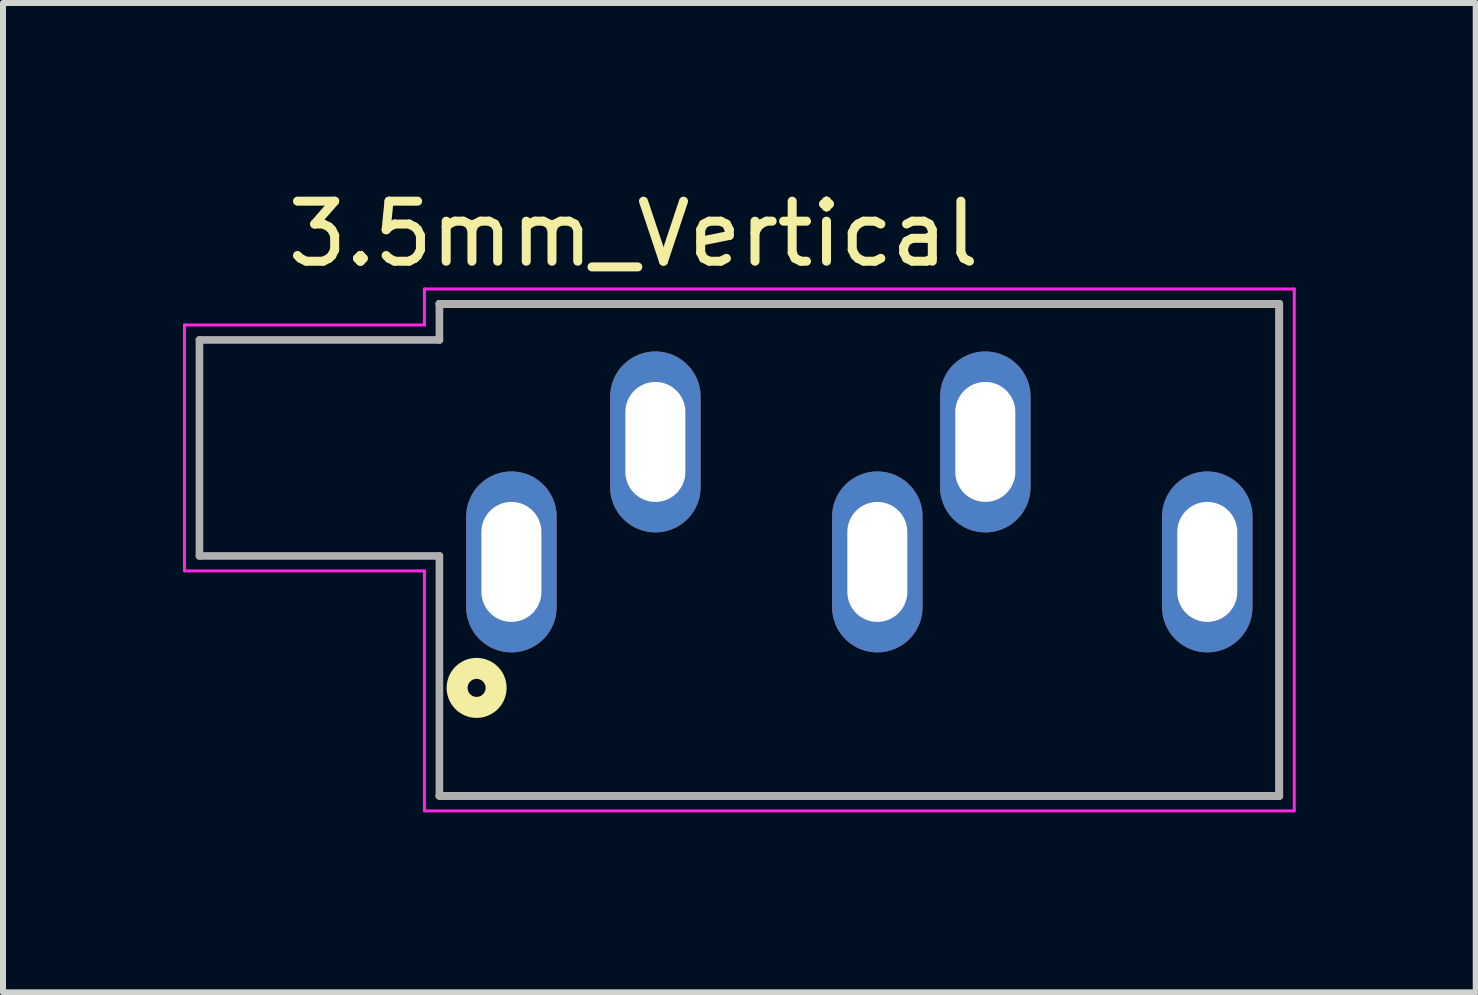
<source format=kicad_pcb>
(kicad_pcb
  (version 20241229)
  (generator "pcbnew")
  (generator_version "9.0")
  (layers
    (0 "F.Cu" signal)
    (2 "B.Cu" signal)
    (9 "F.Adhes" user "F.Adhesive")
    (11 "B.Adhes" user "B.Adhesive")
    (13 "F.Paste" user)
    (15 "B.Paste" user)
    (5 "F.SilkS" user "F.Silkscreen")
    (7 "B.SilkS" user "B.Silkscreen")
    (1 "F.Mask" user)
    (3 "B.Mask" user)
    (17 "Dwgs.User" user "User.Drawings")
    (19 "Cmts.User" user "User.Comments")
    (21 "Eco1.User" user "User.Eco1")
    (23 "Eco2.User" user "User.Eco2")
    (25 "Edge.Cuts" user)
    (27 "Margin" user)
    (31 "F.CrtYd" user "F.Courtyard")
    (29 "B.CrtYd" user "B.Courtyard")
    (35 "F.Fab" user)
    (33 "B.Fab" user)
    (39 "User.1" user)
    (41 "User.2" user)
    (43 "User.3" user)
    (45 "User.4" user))
  (footprint "3.5mm_Vertical"
    (layer "F.Cu")
    (at 5.475 6.317)
    (property "Reference" "3.5mm_Vertical" (at 2.035 -5.468 0) (layer "F.SilkS") (effects (font (size 1.001 1.001) (thickness 0.15))))
    (attr through_hole)
    (fp_line (start -1.2 -4.3) (end 12.8 -4.3) (stroke (width 0.127) (type solid)) (layer "F.SilkS"))
    (fp_line (start 12.8 -4.3) (end 12.8 3.9) (stroke (width 0.127) (type solid)) (layer "F.SilkS"))
    (fp_line (start 12.8 3.9) (end -1.2 3.9) (stroke (width 0.127) (type solid)) (layer "F.SilkS"))
    (fp_circle (center -0.58 2.1) (end -0.43 2.1) (stroke (width 0.35) (type solid)) (fill no) (layer "F.SilkS"))
    (fp_line (start -5.45 -3.95) (end -1.45 -3.95) (stroke (width 0.05) (type solid)) (layer "F.CrtYd"))
    (fp_line (start -5.45 0.15) (end -5.45 -3.95) (stroke (width 0.05) (type solid)) (layer "F.CrtYd"))
    (fp_line (start -1.45 -4.55) (end 13.05 -4.55) (stroke (width 0.05) (type solid)) (layer "F.CrtYd"))
    (fp_line (start -1.45 -3.95) (end -1.45 -4.55) (stroke (width 0.05) (type solid)) (layer "F.CrtYd"))
    (fp_line (start -1.45 0.15) (end -5.45 0.15) (stroke (width 0.05) (type solid)) (layer "F.CrtYd"))
    (fp_line (start -1.45 4.15) (end -1.45 0.15) (stroke (width 0.05) (type solid)) (layer "F.CrtYd"))
    (fp_line (start 13.05 -4.55) (end 13.05 4.15) (stroke (width 0.05) (type solid)) (layer "F.CrtYd"))
    (fp_line (start 13.05 4.15) (end -1.45 4.15) (stroke (width 0.05) (type solid)) (layer "F.CrtYd"))
    (fp_line (start -5.2 -3.7) (end -1.2 -3.7) (stroke (width 0.127) (type solid)) (layer "F.Fab"))
    (fp_line (start -5.2 -0.1) (end -5.2 -3.7) (stroke (width 0.127) (type solid)) (layer "F.Fab"))
    (fp_line (start -1.2 -4.3) (end 12.8 -4.3) (stroke (width 0.127) (type solid)) (layer "F.Fab"))
    (fp_line (start -1.2 -3.7) (end -1.2 -4.3) (stroke (width 0.127) (type solid)) (layer "F.Fab"))
    (fp_line (start -1.2 -0.1) (end -5.2 -0.1) (stroke (width 0.127) (type solid)) (layer "F.Fab"))
    (fp_line (start -1.2 3.9) (end -1.2 -0.1) (stroke (width 0.127) (type solid)) (layer "F.Fab"))
    (fp_line (start 12.8 -4.3) (end 12.8 3.9) (stroke (width 0.127) (type solid)) (layer "F.Fab"))
    (fp_line (start 12.8 3.9) (end -1.2 3.9) (stroke (width 0.127) (type solid)) (layer "F.Fab"))
    (pad "1" thru_hole oval (at 0 0) (size 1.508 3.016) (drill oval 1 2) (layers "*.Cu" "*.Mask"))
    (pad "2" thru_hole oval (at 2.4 -2) (size 1.508 3.016) (drill oval 1 2) (layers "*.Cu" "*.Mask"))
    (pad "3" thru_hole oval (at 7.9 -2) (size 1.508 3.016) (drill oval 1 2) (layers "*.Cu" "*.Mask"))
    (pad "4" thru_hole oval (at 11.6 0) (size 1.508 3.016) (drill oval 1 2) (layers "*.Cu" "*.Mask"))
    (pad "5" thru_hole oval (at 6.1 0) (size 1.508 3.016) (drill oval 1 2) (layers "*.Cu" "*.Mask")))
  (gr_rect
    (start -3 -3)
    (end 21.55 13.492)
    (stroke (width 0.1) (type default))
    (fill no)
    (layer "Edge.Cuts")))
</source>
